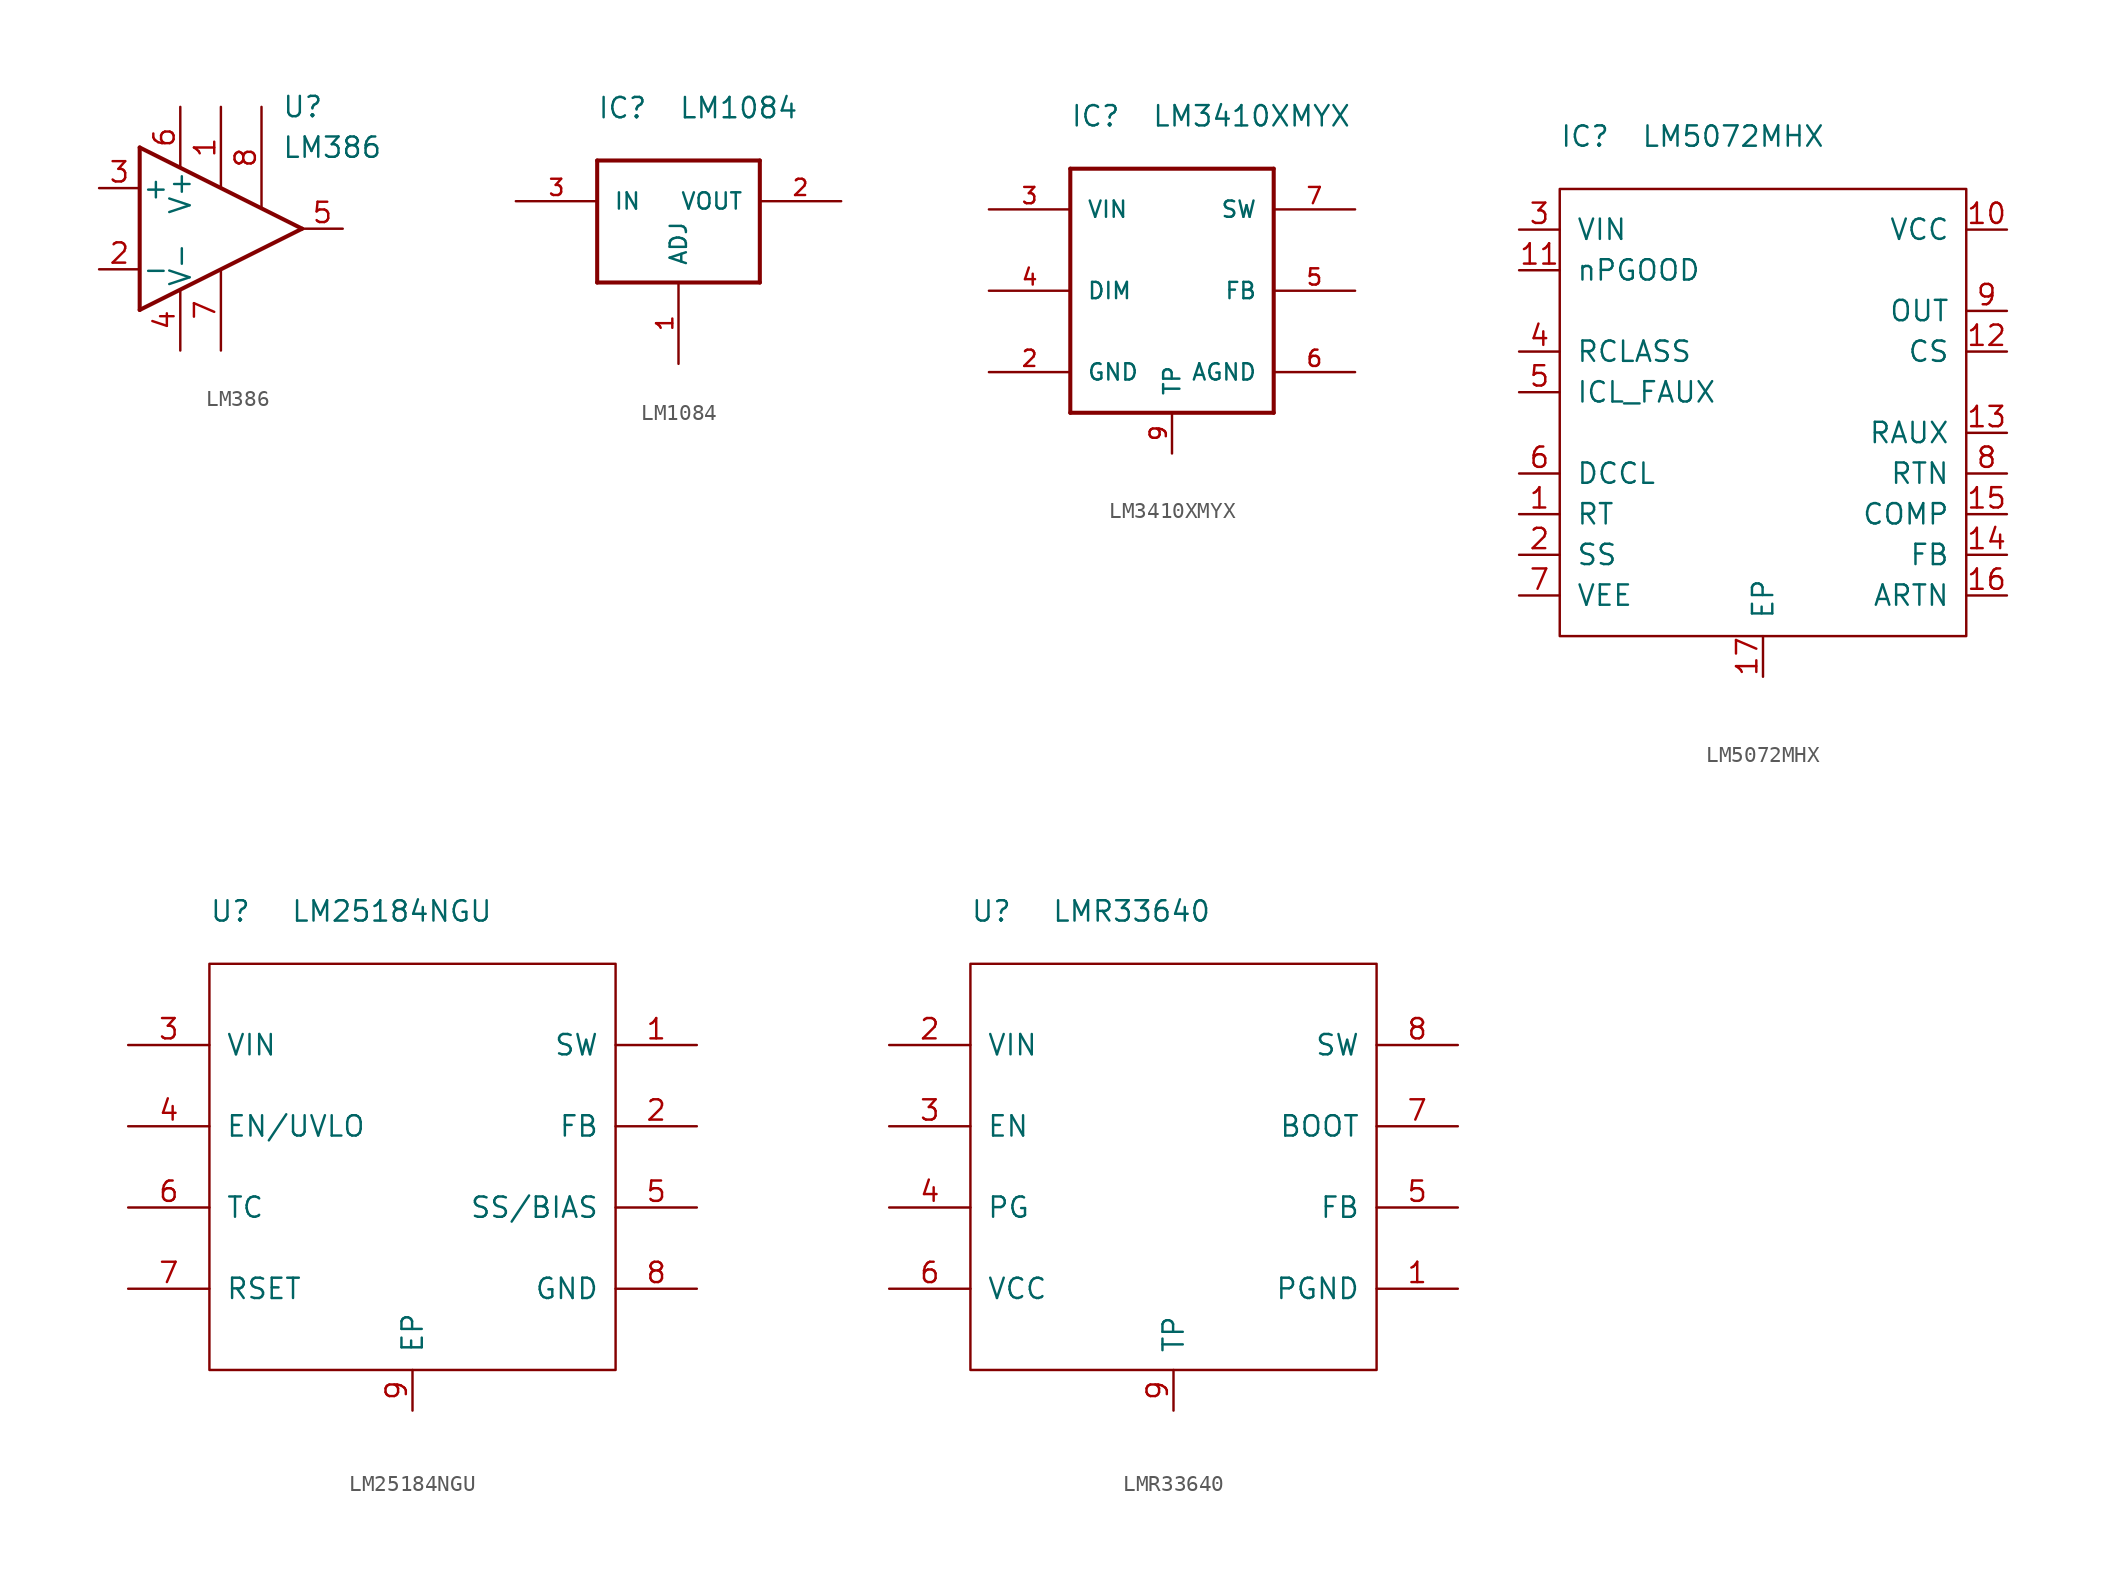
<source format=kicad_sym>
(kicad_symbol_lib
  (version 20220914)
  (generator kicad_symbol_editor)
  (symbol "LM386"
    (pin_names
      (offset 0.127))
    (property "Reference" "U"
      (at 3.81 7.62 0)
      (effects (font (size 1.27 1.27)) (justify left)))
    (property "Value" "LM386"
      (at 3.81 5.08 0)
      (effects (font (size 1.27 1.27)) (justify left)))
    (symbol "LM386_1_1"
      (polyline (pts (xy -5.08 5.08) (xy -5.08 -5.08)) (stroke (width 0.254) (type solid)) (fill (type none)))
      (polyline (pts (xy 5.08 0) (xy -5.08 -5.08)) (stroke (width 0.254) (type solid)) (fill (type none)))
      (polyline (pts (xy 5.08 0) (xy -5.08 5.08)) (stroke (width 0.254) (type solid)) (fill (type none)))
      (pin passive line (at 0 7.62 270) (length 5.08) (name "~" (effects (font (size 1.27 1.27)))) (number "1" (effects (font (size 1.27 1.27)))))
      (pin input line (at -7.62 -2.54 0) (length 2.54) (name "-" (effects (font (size 1.27 1.27)))) (number "2" (effects (font (size 1.27 1.27)))))
      (pin input line (at -7.62 2.54 0) (length 2.54) (name "+" (effects (font (size 1.27 1.27)))) (number "3" (effects (font (size 1.27 1.27)))))
      (pin power_in line (at -2.54 -7.62 90) (length 3.81) (name "V-" (effects (font (size 1.27 1.27)))) (number "4" (effects (font (size 1.27 1.27)))))
      (pin output line (at 7.62 0 180) (length 2.54) (name "~" (effects (font (size 1.27 1.27)))) (number "5" (effects (font (size 1.27 1.27)))))
      (pin power_in line (at -2.54 7.62 270) (length 3.81) (name "V+" (effects (font (size 1.27 1.27)))) (number "6" (effects (font (size 1.27 1.27)))))
      (pin input line (at 0 -7.62 90) (length 5.08) (name "~" (effects (font (size 1.27 1.27)))) (number "7" (effects (font (size 1.27 1.27)))))
      (pin passive line (at 2.54 7.62 270) (length 6.35) (name "~" (effects (font (size 1.27 1.27)))) (number "8" (effects (font (size 1.27 1.27)))))))
  (symbol "LM1084"
    (pin_names
      (offset 1.016))
    (property "Reference" "IC"
      (at 0 2.54 0)
      (effects (font (size 1.27 1.27)) (justify left bottom)))
    (property "Value" "LM1084"
      (at 5.08 2.54 0)
      (effects (font (size 1.27 1.27)) (justify left bottom)))
    (symbol "LM1084_1_0"
      (polyline (pts (xy 0 -7.62) (xy 0 0)) (stroke (width 0.254) (type solid)) (fill (type none)))
      (polyline (pts (xy 0 0) (xy 10.16 0)) (stroke (width 0.254) (type solid)) (fill (type none)))
      (polyline (pts (xy 10.16 -7.62) (xy 0 -7.62)) (stroke (width 0.254) (type solid)) (fill (type none)))
      (polyline (pts (xy 10.16 0) (xy 10.16 -7.62)) (stroke (width 0.254) (type solid)) (fill (type none))))
    (symbol "LM1084_1_1"
      (pin passive line (at 5.08 -12.7 90) (length 5.08) (name "ADJ" (effects (font (size 1.016 1.016)))) (number "1" (effects (font (size 1.016 1.016)))))
      (pin output line (at 15.24 -2.54 180) (length 5.08) (name "VOUT" (effects (font (size 1.016 1.016)))) (number "2" (effects (font (size 1.016 1.016)))))
      (pin power_in line (at -5.08 -2.54 0) (length 5.08) (name "IN" (effects (font (size 1.016 1.016)))) (number "3" (effects (font (size 1.016 1.016)))))))
  (symbol "LM3410XMYX"
    (pin_names
      (offset 1.016))
    (property "Reference" "IC"
      (at 0 2.54 0)
      (effects (font (size 1.27 1.27)) (justify left bottom)))
    (property "Value" "LM3410XMYX"
      (at 5.08 2.54 0)
      (effects (font (size 1.27 1.27)) (justify left bottom)))
    (symbol "LM3410XMYX_1_0"
      (polyline (pts (xy 0 -15.24) (xy 0 0)) (stroke (width 0.254) (type solid)) (fill (type none)))
      (polyline (pts (xy 0 0) (xy 12.7 0)) (stroke (width 0.254) (type solid)) (fill (type none)))
      (polyline (pts (xy 12.7 -15.24) (xy 0 -15.24)) (stroke (width 0.254) (type solid)) (fill (type none)))
      (polyline (pts (xy 12.7 0) (xy 12.7 -15.24)) (stroke (width 0.254) (type solid)) (fill (type none))))
    (symbol "LM3410XMYX_1_1"
      (pin power_in line (at -5.08 -12.7 0) (length 5.08) (name "GND" (effects (font (size 1.016 1.016)))) (number "2" (effects (font (size 1.016 1.016)))))
      (pin power_in line (at -5.08 -2.54 0) (length 5.08) (name "VIN" (effects (font (size 1.016 1.016)))) (number "3" (effects (font (size 1.016 1.016)))))
      (pin input line (at -5.08 -7.62 0) (length 5.08) (name "DIM" (effects (font (size 1.016 1.016)))) (number "4" (effects (font (size 1.016 1.016)))))
      (pin input line (at 17.78 -7.62 180) (length 5.08) (name "FB" (effects (font (size 1.016 1.016)))) (number "5" (effects (font (size 1.016 1.016)))))
      (pin power_in line (at 17.78 -12.7 180) (length 5.08) (name "AGND" (effects (font (size 1.016 1.016)))) (number "6" (effects (font (size 1.016 1.016)))))
      (pin power_out line (at 17.78 -2.54 180) (length 5.08) (name "SW" (effects (font (size 1.016 1.016)))) (number "7" (effects (font (size 1.016 1.016)))))
      (pin passive line (at 6.35 -17.78 90) (length 2.54) (name "TP" (effects (font (size 1.016 1.016)))) (number "9" (effects (font (size 1.016 1.016)))))))
  (symbol "LM5072MHX"
    (pin_names
      (offset 1.016))
    (property "Reference" "IC"
      (at 0 2.54 0)
      (effects (font (size 1.27 1.27)) (justify left bottom)))
    (property "Value" "LM5072MHX"
      (at 5.08 2.54 0)
      (effects (font (size 1.27 1.27)) (justify left bottom)))
    (symbol "LM5072MHX_1_1"
      (rectangle (start 0 0) (end 25.4 -27.94) (stroke (width 0) (type solid)) (fill (type none)))
      (pin passive line (at -2.54 -20.32 0) (length 2.54) (name "RT" (effects (font (size 1.27 1.27)))) (number "1" (effects (font (size 1.27 1.27)))))
      (pin output line (at 27.94 -2.54 180) (length 2.54) (name "VCC" (effects (font (size 1.27 1.27)))) (number "10" (effects (font (size 1.27 1.27)))))
      (pin output line (at -2.54 -5.08 0) (length 2.54) (name "nPGOOD" (effects (font (size 1.27 1.27)))) (number "11" (effects (font (size 1.27 1.27)))))
      (pin input line (at 27.94 -10.16 180) (length 2.54) (name "CS" (effects (font (size 1.27 1.27)))) (number "12" (effects (font (size 1.27 1.27)))))
      (pin input line (at 27.94 -15.24 180) (length 2.54) (name "RAUX" (effects (font (size 1.27 1.27)))) (number "13" (effects (font (size 1.27 1.27)))))
      (pin input line (at 27.94 -22.86 180) (length 2.54) (name "FB" (effects (font (size 1.27 1.27)))) (number "14" (effects (font (size 1.27 1.27)))))
      (pin output line (at 27.94 -20.32 180) (length 2.54) (name "COMP" (effects (font (size 1.27 1.27)))) (number "15" (effects (font (size 1.27 1.27)))))
      (pin passive line (at 27.94 -25.4 180) (length 2.54) (name "ARTN" (effects (font (size 1.27 1.27)))) (number "16" (effects (font (size 1.27 1.27)))))
      (pin passive line (at 12.7 -30.48 90) (length 2.54) (name "EP" (effects (font (size 1.27 1.27)))) (number "17" (effects (font (size 1.27 1.27)))))
      (pin passive line (at -2.54 -22.86 0) (length 2.54) (name "SS" (effects (font (size 1.27 1.27)))) (number "2" (effects (font (size 1.27 1.27)))))
      (pin power_in line (at -2.54 -2.54 0) (length 2.54) (name "VIN" (effects (font (size 1.27 1.27)))) (number "3" (effects (font (size 1.27 1.27)))))
      (pin passive line (at -2.54 -10.16 0) (length 2.54) (name "RCLASS" (effects (font (size 1.27 1.27)))) (number "4" (effects (font (size 1.27 1.27)))))
      (pin input line (at -2.54 -12.7 0) (length 2.54) (name "ICL_FAUX" (effects (font (size 1.27 1.27)))) (number "5" (effects (font (size 1.27 1.27)))))
      (pin input line (at -2.54 -17.78 0) (length 2.54) (name "DCCL" (effects (font (size 1.27 1.27)))) (number "6" (effects (font (size 1.27 1.27)))))
      (pin passive line (at -2.54 -25.4 0) (length 2.54) (name "VEE" (effects (font (size 1.27 1.27)))) (number "7" (effects (font (size 1.27 1.27)))))
      (pin passive line (at 27.94 -17.78 180) (length 2.54) (name "RTN" (effects (font (size 1.27 1.27)))) (number "8" (effects (font (size 1.27 1.27)))))
      (pin power_out line (at 27.94 -7.62 180) (length 2.54) (name "OUT" (effects (font (size 1.27 1.27)))) (number "9" (effects (font (size 1.27 1.27)))))))
  (symbol "LM25184NGU"
    (pin_names
      (offset 1.016))
    (property "Reference" "U"
      (at 0 2.54 0)
      (effects (font (size 1.27 1.27)) (justify left bottom)))
    (property "Value" "LM25184NGU"
      (at 5.08 2.54 0)
      (effects (font (size 1.27 1.27)) (justify left bottom)))
    (symbol "LM25184NGU_1_1"
      (rectangle (start 0 0) (end 25.4 -25.4) (stroke (width 0) (type solid)) (fill (type none)))
      (pin power_in line (at 30.48 -5.08 180) (length 5.08) (name "SW" (effects (font (size 1.27 1.27)))) (number "1" (effects (font (size 1.27 1.27)))))
      (pin input line (at 30.48 -10.16 180) (length 5.08) (name "FB" (effects (font (size 1.27 1.27)))) (number "2" (effects (font (size 1.27 1.27)))))
      (pin power_in line (at -5.08 -5.08 0) (length 5.08) (name "VIN" (effects (font (size 1.27 1.27)))) (number "3" (effects (font (size 1.27 1.27)))))
      (pin input line (at -5.08 -10.16 0) (length 5.08) (name "EN/UVLO" (effects (font (size 1.27 1.27)))) (number "4" (effects (font (size 1.27 1.27)))))
      (pin input line (at 30.48 -15.24 180) (length 5.08) (name "SS/BIAS" (effects (font (size 1.27 1.27)))) (number "5" (effects (font (size 1.27 1.27)))))
      (pin input line (at -5.08 -15.24 0) (length 5.08) (name "TC" (effects (font (size 1.27 1.27)))) (number "6" (effects (font (size 1.27 1.27)))))
      (pin input line (at -5.08 -20.32 0) (length 5.08) (name "RSET" (effects (font (size 1.27 1.27)))) (number "7" (effects (font (size 1.27 1.27)))))
      (pin power_in line (at 30.48 -20.32 180) (length 5.08) (name "GND" (effects (font (size 1.27 1.27)))) (number "8" (effects (font (size 1.27 1.27)))))
      (pin passive line (at 12.7 -27.94 90) (length 2.54) (name "EP" (effects (font (size 1.27 1.27)))) (number "9" (effects (font (size 1.27 1.27)))))))
  (symbol "LMR33640"
    (pin_names
      (offset 1.016))
    (property "Reference" "U"
      (at 0 2.54 0)
      (effects (font (size 1.27 1.27)) (justify left bottom)))
    (property "Value" "LMR33640"
      (at 5.08 2.54 0)
      (effects (font (size 1.27 1.27)) (justify left bottom)))
    (symbol "LMR33640_1_1"
      (rectangle (start 0 0) (end 25.4 -25.4) (stroke (width 0) (type solid)) (fill (type none)))
      (pin power_in line (at 30.48 -20.32 180) (length 5.08) (name "PGND" (effects (font (size 1.27 1.27)))) (number "1" (effects (font (size 1.27 1.27)))))
      (pin power_in line (at -5.08 -5.08 0) (length 5.08) (name "VIN" (effects (font (size 1.27 1.27)))) (number "2" (effects (font (size 1.27 1.27)))))
      (pin input line (at -5.08 -10.16 0) (length 5.08) (name "EN" (effects (font (size 1.27 1.27)))) (number "3" (effects (font (size 1.27 1.27)))))
      (pin open_collector line (at -5.08 -15.24 0) (length 5.08) (name "PG" (effects (font (size 1.27 1.27)))) (number "4" (effects (font (size 1.27 1.27)))))
      (pin input line (at 30.48 -15.24 180) (length 5.08) (name "FB" (effects (font (size 1.27 1.27)))) (number "5" (effects (font (size 1.27 1.27)))))
      (pin power_out line (at -5.08 -20.32 0) (length 5.08) (name "VCC" (effects (font (size 1.27 1.27)))) (number "6" (effects (font (size 1.27 1.27)))))
      (pin passive line (at 30.48 -10.16 180) (length 5.08) (name "BOOT" (effects (font (size 1.27 1.27)))) (number "7" (effects (font (size 1.27 1.27)))))
      (pin passive line (at 30.48 -5.08 180) (length 5.08) (name "SW" (effects (font (size 1.27 1.27)))) (number "8" (effects (font (size 1.27 1.27)))))
      (pin passive line (at 12.7 -27.94 90) (length 2.54) (name "TP" (effects (font (size 1.27 1.27)))) (number "9" (effects (font (size 1.27 1.27))))))))
</source>
